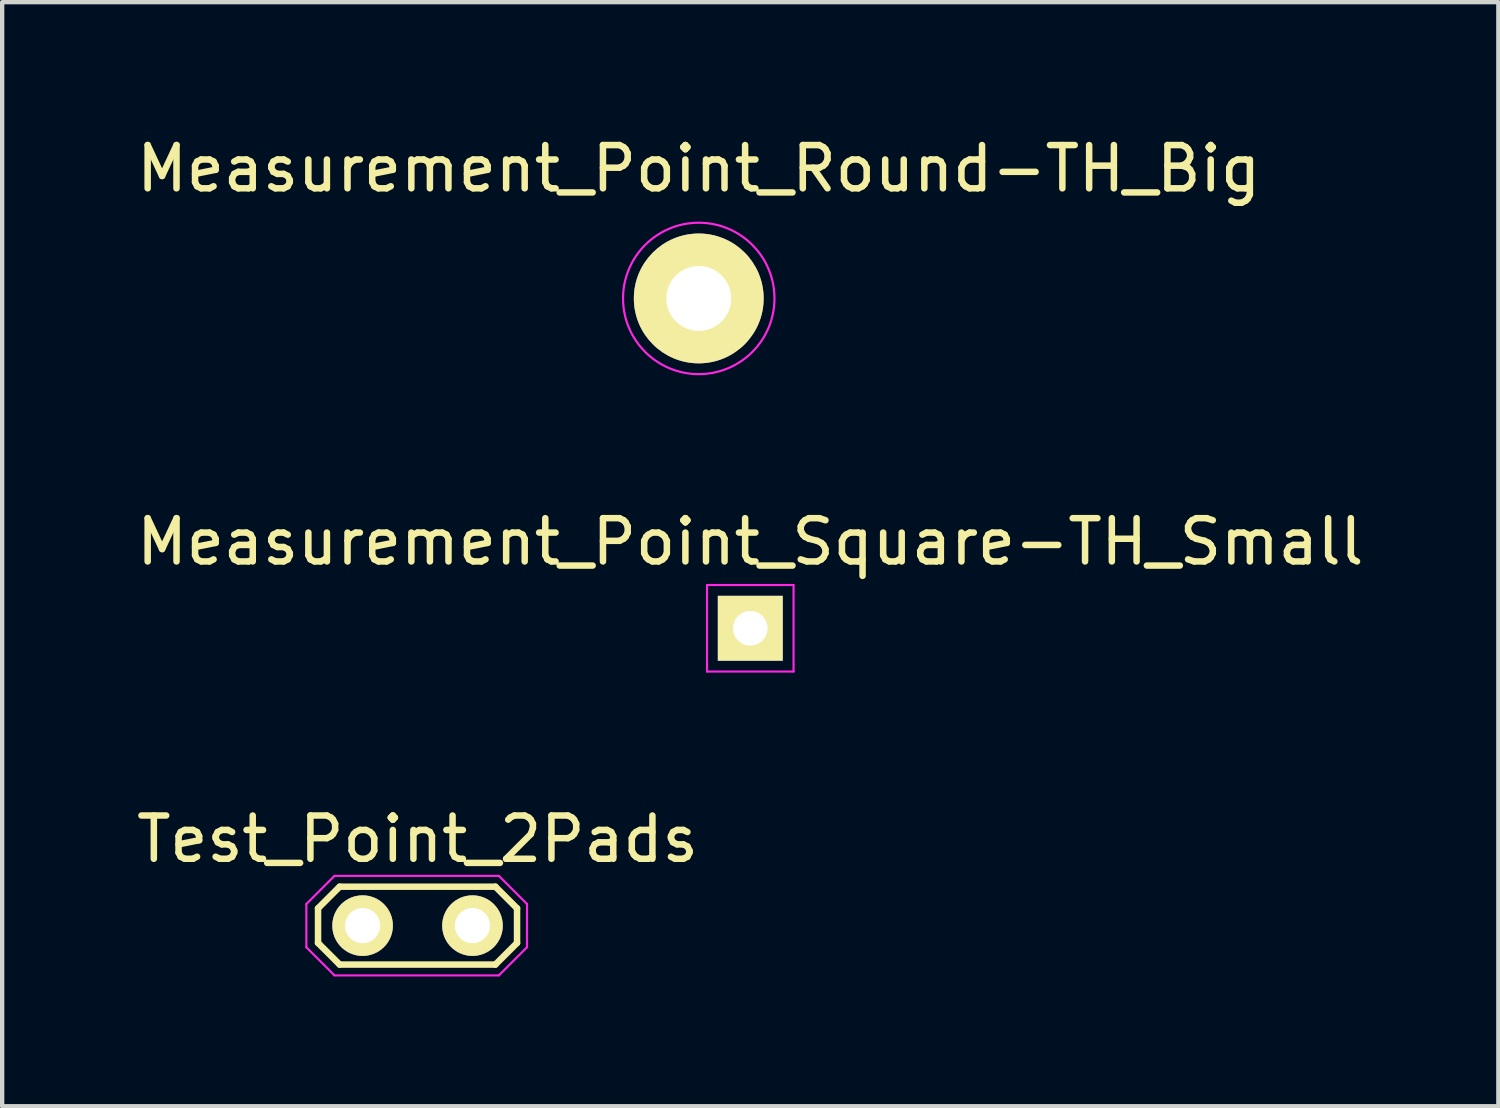
<source format=kicad_pcb>
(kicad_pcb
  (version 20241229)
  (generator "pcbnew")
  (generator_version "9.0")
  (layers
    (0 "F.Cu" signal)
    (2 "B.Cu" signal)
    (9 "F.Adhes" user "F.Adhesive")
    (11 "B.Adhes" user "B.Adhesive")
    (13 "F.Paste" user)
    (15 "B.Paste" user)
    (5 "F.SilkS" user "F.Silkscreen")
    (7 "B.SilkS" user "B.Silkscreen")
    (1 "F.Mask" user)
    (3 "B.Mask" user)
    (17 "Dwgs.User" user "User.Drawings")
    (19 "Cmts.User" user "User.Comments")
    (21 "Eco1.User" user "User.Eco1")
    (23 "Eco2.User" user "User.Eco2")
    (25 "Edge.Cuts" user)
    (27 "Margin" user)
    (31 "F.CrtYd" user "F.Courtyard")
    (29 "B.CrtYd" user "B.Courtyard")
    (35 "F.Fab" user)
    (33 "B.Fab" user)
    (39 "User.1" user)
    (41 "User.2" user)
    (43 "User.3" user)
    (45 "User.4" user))
  (footprint "Test_Point_2Pads"
    (layer "F.Cu")
    (at 5.331 18.345)
    (property "Reference" "Test_Point_2Pads" (at 1.27 -2 0) (layer "F.SilkS") (effects (font (size 1 1) (thickness 0.15))))
    (attr exclude_from_pos_files exclude_from_bom)
    (fp_line (start -1.03 -0.4) (end -0.53 -0.9) (stroke (width 0.15) (type solid)) (layer "F.SilkS"))
    (fp_line (start -1.03 0.4) (end -1.03 -0.4) (stroke (width 0.15) (type solid)) (layer "F.SilkS"))
    (fp_line (start -0.53 -0.9) (end 3.07 -0.9) (stroke (width 0.15) (type solid)) (layer "F.SilkS"))
    (fp_line (start -0.53 0.9) (end -1.03 0.4) (stroke (width 0.15) (type solid)) (layer "F.SilkS"))
    (fp_line (start 3.07 -0.9) (end 3.57 -0.4) (stroke (width 0.15) (type solid)) (layer "F.SilkS"))
    (fp_line (start 3.07 0.9) (end -0.53 0.9) (stroke (width 0.15) (type solid)) (layer "F.SilkS"))
    (fp_line (start 3.57 -0.4) (end 3.57 0.4) (stroke (width 0.15) (type solid)) (layer "F.SilkS"))
    (fp_line (start 3.57 0.4) (end 3.07 0.9) (stroke (width 0.15) (type solid)) (layer "F.SilkS"))
    (fp_line (start -1.3 -0.5) (end -1.3 0.5) (stroke (width 0.05) (type solid)) (layer "F.CrtYd"))
    (fp_line (start -1.3 0.5) (end -0.65 1.15) (stroke (width 0.05) (type solid)) (layer "F.CrtYd"))
    (fp_line (start -0.65 -1.15) (end -1.3 -0.5) (stroke (width 0.05) (type solid)) (layer "F.CrtYd"))
    (fp_line (start -0.65 1.15) (end 3.15 1.15) (stroke (width 0.05) (type solid)) (layer "F.CrtYd"))
    (fp_line (start 3.15 -1.15) (end -0.65 -1.15) (stroke (width 0.05) (type solid)) (layer "F.CrtYd"))
    (fp_line (start 3.15 1.15) (end 3.8 0.5) (stroke (width 0.05) (type solid)) (layer "F.CrtYd"))
    (fp_line (start 3.8 -0.5) (end 3.15 -1.15) (stroke (width 0.05) (type solid)) (layer "F.CrtYd"))
    (fp_line (start 3.8 0.5) (end 3.8 -0.5) (stroke (width 0.05) (type solid)) (layer "F.CrtYd"))
    (pad "1" thru_hole circle (at 0 0) (size 1.4 1.4) (drill 0.813) (layers "*.Cu" "*.Mask" "F.SilkS"))
    (pad "2" thru_hole circle (at 2.54 0) (size 1.4 1.4) (drill 0.813) (layers "*.Cu" "*.Mask" "F.SilkS")))
  (footprint "Measurement_Point_Round-TH_Big"
    (layer "F.Cu")
    (at 13.101 3.848)
    (property "Reference" "Measurement_Point_Round-TH_Big" (at 0 -3 0) (layer "F.SilkS") (effects (font (size 1 1) (thickness 0.15))))
    (attr exclude_from_pos_files exclude_from_bom)
    (fp_circle (center 0 0) (end 1.75 0) (stroke (width 0.05) (type solid)) (fill no) (layer "F.CrtYd"))
    (pad "1" thru_hole circle (at 0 0) (size 3 3) (drill 1.5) (layers "*.Cu" "*.Mask" "F.SilkS")))
  (footprint "Measurement_Point_Square-TH_Small"
    (layer "F.Cu")
    (at 14.292 11.472)
    (property "Reference" "Measurement_Point_Square-TH_Small" (at 0 -2 0) (layer "F.SilkS") (effects (font (size 1 1) (thickness 0.15))))
    (attr exclude_from_pos_files exclude_from_bom)
    (fp_line (start -1 -1) (end 1 -1) (stroke (width 0.05) (type solid)) (layer "F.CrtYd"))
    (fp_line (start -1 1) (end -1 -1) (stroke (width 0.05) (type solid)) (layer "F.CrtYd"))
    (fp_line (start 1 -1) (end 1 1) (stroke (width 0.05) (type solid)) (layer "F.CrtYd"))
    (fp_line (start 1 1) (end -1 1) (stroke (width 0.05) (type solid)) (layer "F.CrtYd"))
    (pad "1" thru_hole rect (at 0 0) (size 1.5 1.5) (drill 0.8) (layers "*.Cu" "*.Mask" "F.SilkS")))
  (gr_rect
    (start -3 -3)
    (end 31.583 22.52)
    (stroke (width 0.1) (type default))
    (fill no)
    (layer "Edge.Cuts")))
</source>
